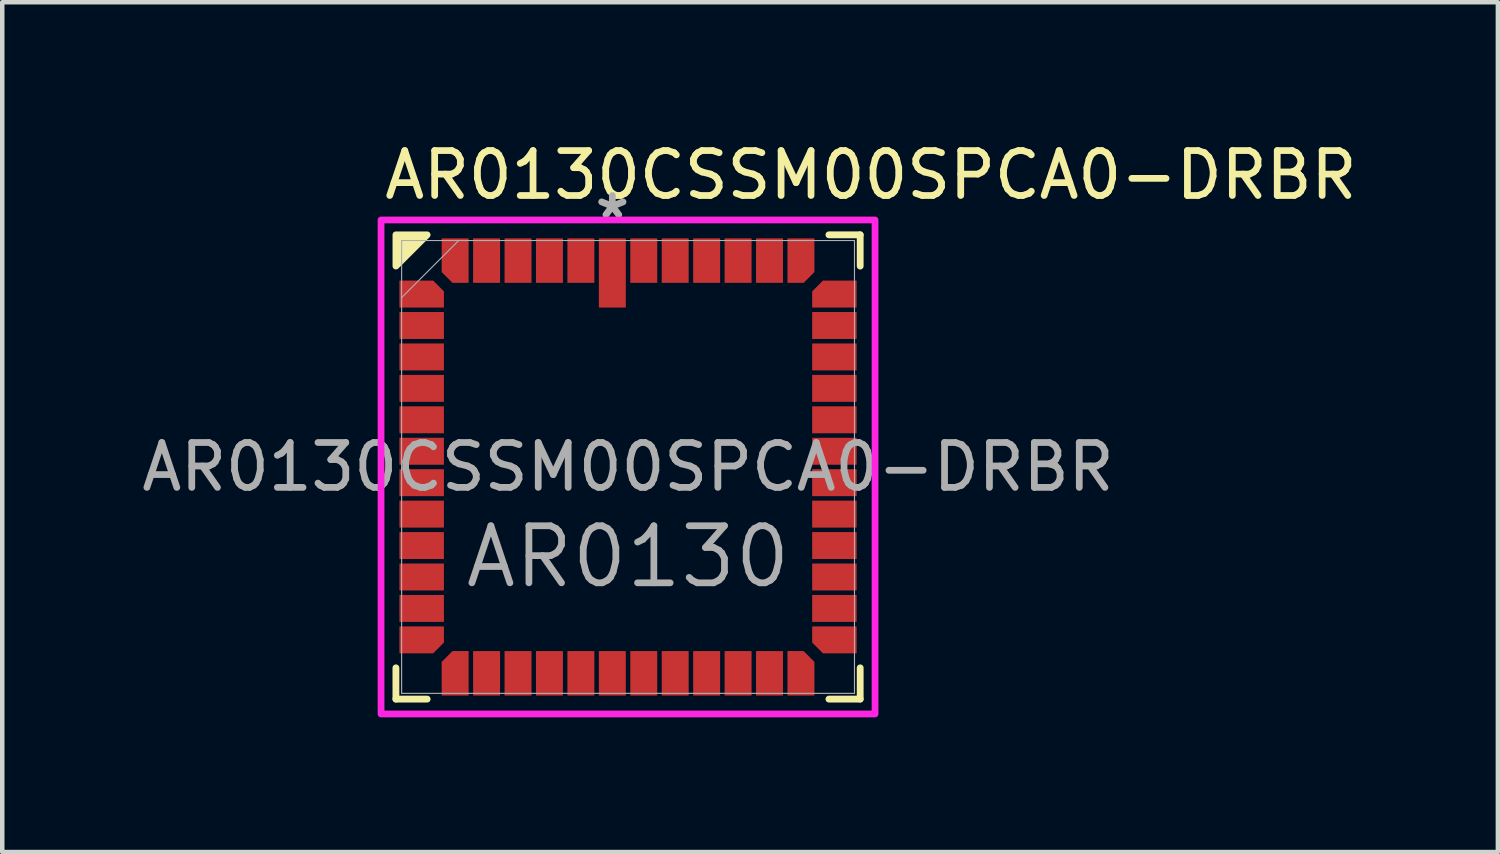
<source format=kicad_pcb>
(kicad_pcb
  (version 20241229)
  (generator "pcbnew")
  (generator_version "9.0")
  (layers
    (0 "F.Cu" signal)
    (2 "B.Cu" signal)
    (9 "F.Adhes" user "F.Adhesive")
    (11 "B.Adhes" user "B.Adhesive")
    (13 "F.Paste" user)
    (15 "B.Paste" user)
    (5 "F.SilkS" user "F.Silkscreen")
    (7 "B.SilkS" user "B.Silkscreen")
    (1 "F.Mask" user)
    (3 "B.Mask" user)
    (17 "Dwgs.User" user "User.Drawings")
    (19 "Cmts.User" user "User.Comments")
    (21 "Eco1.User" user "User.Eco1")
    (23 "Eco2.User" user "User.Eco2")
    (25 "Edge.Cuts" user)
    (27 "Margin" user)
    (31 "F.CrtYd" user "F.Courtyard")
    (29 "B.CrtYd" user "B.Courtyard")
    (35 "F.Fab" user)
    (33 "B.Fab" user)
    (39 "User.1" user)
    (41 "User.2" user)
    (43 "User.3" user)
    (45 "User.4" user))
  (footprint "AR0130CSSM00SPCA0-DRBR"
    (layer "F.Cu")
    (at 10.935 7.348)
    (property "Reference" "AR0130CSSM00SPCA0-DRBR" (at -5.5 -6.5 0) (unlocked yes) (layer "F.SilkS") (effects (font (size 1 1) (thickness 0.15)) (justify left)))
    (property "Description" "AR0130" (at 0 2 0) (layer "F.Fab") (effects (font (size 1.27 1.27) (thickness 0.15))))
    (attr smd)
    (fp_line (start -5.169 4.473) (end -5.169 5.169) (stroke (width 0.152) (type solid)) (layer "F.SilkS"))
    (fp_line (start -5.169 5.169) (end -4.473 5.169) (stroke (width 0.152) (type solid)) (layer "F.SilkS"))
    (fp_line (start 4.473 5.169) (end 5.169 5.169) (stroke (width 0.152) (type solid)) (layer "F.SilkS"))
    (fp_line (start 5.169 -5.169) (end 4.473 -5.169) (stroke (width 0.152) (type solid)) (layer "F.SilkS"))
    (fp_line (start 5.169 -4.473) (end 5.169 -5.169) (stroke (width 0.152) (type solid)) (layer "F.SilkS"))
    (fp_line (start 5.169 5.169) (end 5.169 4.473) (stroke (width 0.152) (type solid)) (layer "F.SilkS"))
    (fp_poly (pts (xy -5.169 -4.473) (xy -4.473 -5.169) (xy -5.169 -5.169)) (stroke (width 0.15) (type solid)) (fill yes) (layer "F.SilkS"))
    (fp_rect (start -5.5 -5.5) (end 5.5 5.5) (stroke (width 0.15) (type solid)) (fill no) (layer "F.CrtYd"))
    (fp_line (start -5.042 -5.042) (end -5.042 5.042) (stroke (width 0.025) (type solid)) (layer "F.Fab"))
    (fp_line (start -5.042 -3.772) (end -3.772 -5.042) (stroke (width 0.025) (type solid)) (layer "F.Fab"))
    (fp_line (start -5.042 5.042) (end 5.042 5.042) (stroke (width 0.025) (type solid)) (layer "F.Fab"))
    (fp_line (start 5.042 -5.042) (end -5.042 -5.042) (stroke (width 0.025) (type solid)) (layer "F.Fab"))
    (fp_line (start 5.042 5.042) (end 5.042 -5.042) (stroke (width 0.025) (type solid)) (layer "F.Fab"))
    (fp_text user "${REFERENCE}" (at 0 0 0) (unlocked yes) (layer "F.Fab") (effects (font (size 1 1) (thickness 0.15))))
    (fp_text user "*" (at -0.35 -5.5 0) (layer "F.Fab") (effects (font (size 1 1) (thickness 0.15))))
    (pad "1" smd rect (at -0.35 -4.32 90) (size 1.54 0.6) (layers "F.Cu" "F.Mask" "F.Paste"))
    (pad "2" smd rect (at -1.05 -4.595 90) (size 0.99 0.6) (layers "F.Cu" "F.Mask" "F.Paste"))
    (pad "3" smd rect (at -1.75 -4.595 90) (size 0.99 0.6) (layers "F.Cu" "F.Mask" "F.Paste"))
    (pad "4" smd rect (at -2.45 -4.595 90) (size 0.99 0.6) (layers "F.Cu" "F.Mask" "F.Paste"))
    (pad "5" smd rect (at -3.15 -4.595 90) (size 0.99 0.6) (layers "F.Cu" "F.Mask" "F.Paste"))
    (pad "6" smd custom (at -3.85 -4.595 90) (size 0.127 0.127) (layers "F.Cu" "F.Mask" "F.Paste") (options (anchor rect)) (primitives (gr_poly (pts (xy 0.495 -0.3) (xy 0.495 0.3) (xy -0.495 0.3) (xy -0.495 -0.06) (xy -0.255 -0.3)) (width 0) (fill yes))))
    (pad "7" smd custom (at -4.595 -3.85) (size 0.127 0.127) (layers "F.Cu" "F.Mask" "F.Paste") (options (anchor rect)) (primitives (gr_poly (pts (xy -0.495 -0.3) (xy -0.495 0.3) (xy 0.495 0.3) (xy 0.495 -0.06) (xy 0.255 -0.3)) (width 0) (fill yes))))
    (pad "8" smd rect (at -4.595 -3.15) (size 0.99 0.6) (layers "F.Cu" "F.Mask" "F.Paste"))
    (pad "9" smd rect (at -4.595 -2.45) (size 0.99 0.6) (layers "F.Cu" "F.Mask" "F.Paste"))
    (pad "10" smd rect (at -4.595 -1.75) (size 0.99 0.6) (layers "F.Cu" "F.Mask" "F.Paste"))
    (pad "11" smd rect (at -4.595 -1.05) (size 0.99 0.6) (layers "F.Cu" "F.Mask" "F.Paste"))
    (pad "12" smd rect (at -4.595 -0.35) (size 0.99 0.6) (layers "F.Cu" "F.Mask" "F.Paste"))
    (pad "13" smd rect (at -4.595 0.35) (size 0.99 0.6) (layers "F.Cu" "F.Mask" "F.Paste"))
    (pad "14" smd rect (at -4.595 1.05) (size 0.99 0.6) (layers "F.Cu" "F.Mask" "F.Paste"))
    (pad "15" smd rect (at -4.595 1.75) (size 0.99 0.6) (layers "F.Cu" "F.Mask" "F.Paste"))
    (pad "16" smd rect (at -4.595 2.45) (size 0.99 0.6) (layers "F.Cu" "F.Mask" "F.Paste"))
    (pad "17" smd rect (at -4.595 3.15) (size 0.99 0.6) (layers "F.Cu" "F.Mask" "F.Paste"))
    (pad "18" smd custom (at -4.595 3.85) (size 0.127 0.127) (layers "F.Cu" "F.Mask" "F.Paste") (options (anchor rect)) (primitives (gr_poly (pts (xy -0.495 0.3) (xy -0.495 -0.3) (xy 0.495 -0.3) (xy 0.495 0.06) (xy 0.255 0.3)) (width 0) (fill yes))))
    (pad "19" smd custom (at -3.85 4.595 90) (size 0.127 0.127) (layers "F.Cu" "F.Mask" "F.Paste") (options (anchor rect)) (primitives (gr_poly (pts (xy -0.495 -0.3) (xy -0.495 0.3) (xy 0.495 0.3) (xy 0.495 -0.06) (xy 0.255 -0.3)) (width 0) (fill yes))))
    (pad "20" smd rect (at -3.15 4.595 90) (size 0.99 0.6) (layers "F.Cu" "F.Mask" "F.Paste"))
    (pad "21" smd rect (at -2.45 4.595 90) (size 0.99 0.6) (layers "F.Cu" "F.Mask" "F.Paste"))
    (pad "22" smd rect (at -1.75 4.595 90) (size 0.99 0.6) (layers "F.Cu" "F.Mask" "F.Paste"))
    (pad "23" smd rect (at -1.05 4.595 90) (size 0.99 0.6) (layers "F.Cu" "F.Mask" "F.Paste"))
    (pad "24" smd rect (at -0.35 4.595 90) (size 0.99 0.6) (layers "F.Cu" "F.Mask" "F.Paste"))
    (pad "25" smd rect (at 0.35 4.595 90) (size 0.99 0.6) (layers "F.Cu" "F.Mask" "F.Paste"))
    (pad "26" smd rect (at 1.05 4.595 90) (size 0.99 0.6) (layers "F.Cu" "F.Mask" "F.Paste"))
    (pad "27" smd rect (at 1.75 4.595 90) (size 0.99 0.6) (layers "F.Cu" "F.Mask" "F.Paste"))
    (pad "28" smd rect (at 2.45 4.595 90) (size 0.99 0.6) (layers "F.Cu" "F.Mask" "F.Paste"))
    (pad "29" smd rect (at 3.15 4.595 90) (size 0.99 0.6) (layers "F.Cu" "F.Mask" "F.Paste"))
    (pad "30" smd custom (at 3.85 4.595 90) (size 0.127 0.127) (layers "F.Cu" "F.Mask" "F.Paste") (options (anchor rect)) (primitives (gr_poly (pts (xy -0.495 0.3) (xy -0.495 -0.3) (xy 0.495 -0.3) (xy 0.495 0.06) (xy 0.255 0.3)) (width 0) (fill yes))))
    (pad "31" smd custom (at 4.595 3.85) (size 0.127 0.127) (layers "F.Cu" "F.Mask" "F.Paste") (options (anchor rect)) (primitives (gr_poly (pts (xy 0.495 0.3) (xy 0.495 -0.3) (xy -0.495 -0.3) (xy -0.495 0.06) (xy -0.255 0.3)) (width 0) (fill yes))))
    (pad "32" smd rect (at 4.595 3.15) (size 0.99 0.6) (layers "F.Cu" "F.Mask" "F.Paste"))
    (pad "33" smd rect (at 4.595 2.45) (size 0.99 0.6) (layers "F.Cu" "F.Mask" "F.Paste"))
    (pad "34" smd rect (at 4.595 1.75) (size 0.99 0.6) (layers "F.Cu" "F.Mask" "F.Paste"))
    (pad "35" smd rect (at 4.595 1.05) (size 0.99 0.6) (layers "F.Cu" "F.Mask" "F.Paste"))
    (pad "36" smd rect (at 4.595 0.35) (size 0.99 0.6) (layers "F.Cu" "F.Mask" "F.Paste"))
    (pad "37" smd rect (at 4.595 -0.35) (size 0.99 0.6) (layers "F.Cu" "F.Mask" "F.Paste"))
    (pad "38" smd rect (at 4.595 -1.05) (size 0.99 0.6) (layers "F.Cu" "F.Mask" "F.Paste"))
    (pad "39" smd rect (at 4.595 -1.75) (size 0.99 0.6) (layers "F.Cu" "F.Mask" "F.Paste"))
    (pad "40" smd rect (at 4.595 -2.45) (size 0.99 0.6) (layers "F.Cu" "F.Mask" "F.Paste"))
    (pad "41" smd rect (at 4.595 -3.15) (size 0.99 0.6) (layers "F.Cu" "F.Mask" "F.Paste"))
    (pad "42" smd custom (at 4.595 -3.85) (size 0.127 0.127) (layers "F.Cu" "F.Mask" "F.Paste") (options (anchor rect)) (primitives (gr_poly (pts (xy 0.495 -0.3) (xy 0.495 0.3) (xy -0.495 0.3) (xy -0.495 -0.06) (xy -0.255 -0.3)) (width 0) (fill yes))))
    (pad "43" smd custom (at 3.85 -4.595 90) (size 0.127 0.127) (layers "F.Cu" "F.Mask" "F.Paste") (options (anchor rect)) (primitives (gr_poly (pts (xy 0.495 0.3) (xy 0.495 -0.3) (xy -0.495 -0.3) (xy -0.495 0.06) (xy -0.255 0.3)) (width 0) (fill yes))))
    (pad "44" smd rect (at 3.15 -4.595 90) (size 0.99 0.6) (layers "F.Cu" "F.Mask" "F.Paste"))
    (pad "45" smd rect (at 2.45 -4.595 90) (size 0.99 0.6) (layers "F.Cu" "F.Mask" "F.Paste"))
    (pad "46" smd rect (at 1.75 -4.595 90) (size 0.99 0.6) (layers "F.Cu" "F.Mask" "F.Paste"))
    (pad "47" smd rect (at 1.05 -4.595 90) (size 0.99 0.6) (layers "F.Cu" "F.Mask" "F.Paste"))
    (pad "48" smd rect (at 0.35 -4.595 90) (size 0.99 0.6) (layers "F.Cu" "F.Mask" "F.Paste")))
  (gr_rect
    (start -3 -3)
    (end 30.304 15.923)
    (stroke (width 0.1) (type default))
    (fill no)
    (layer "Edge.Cuts")))
</source>
